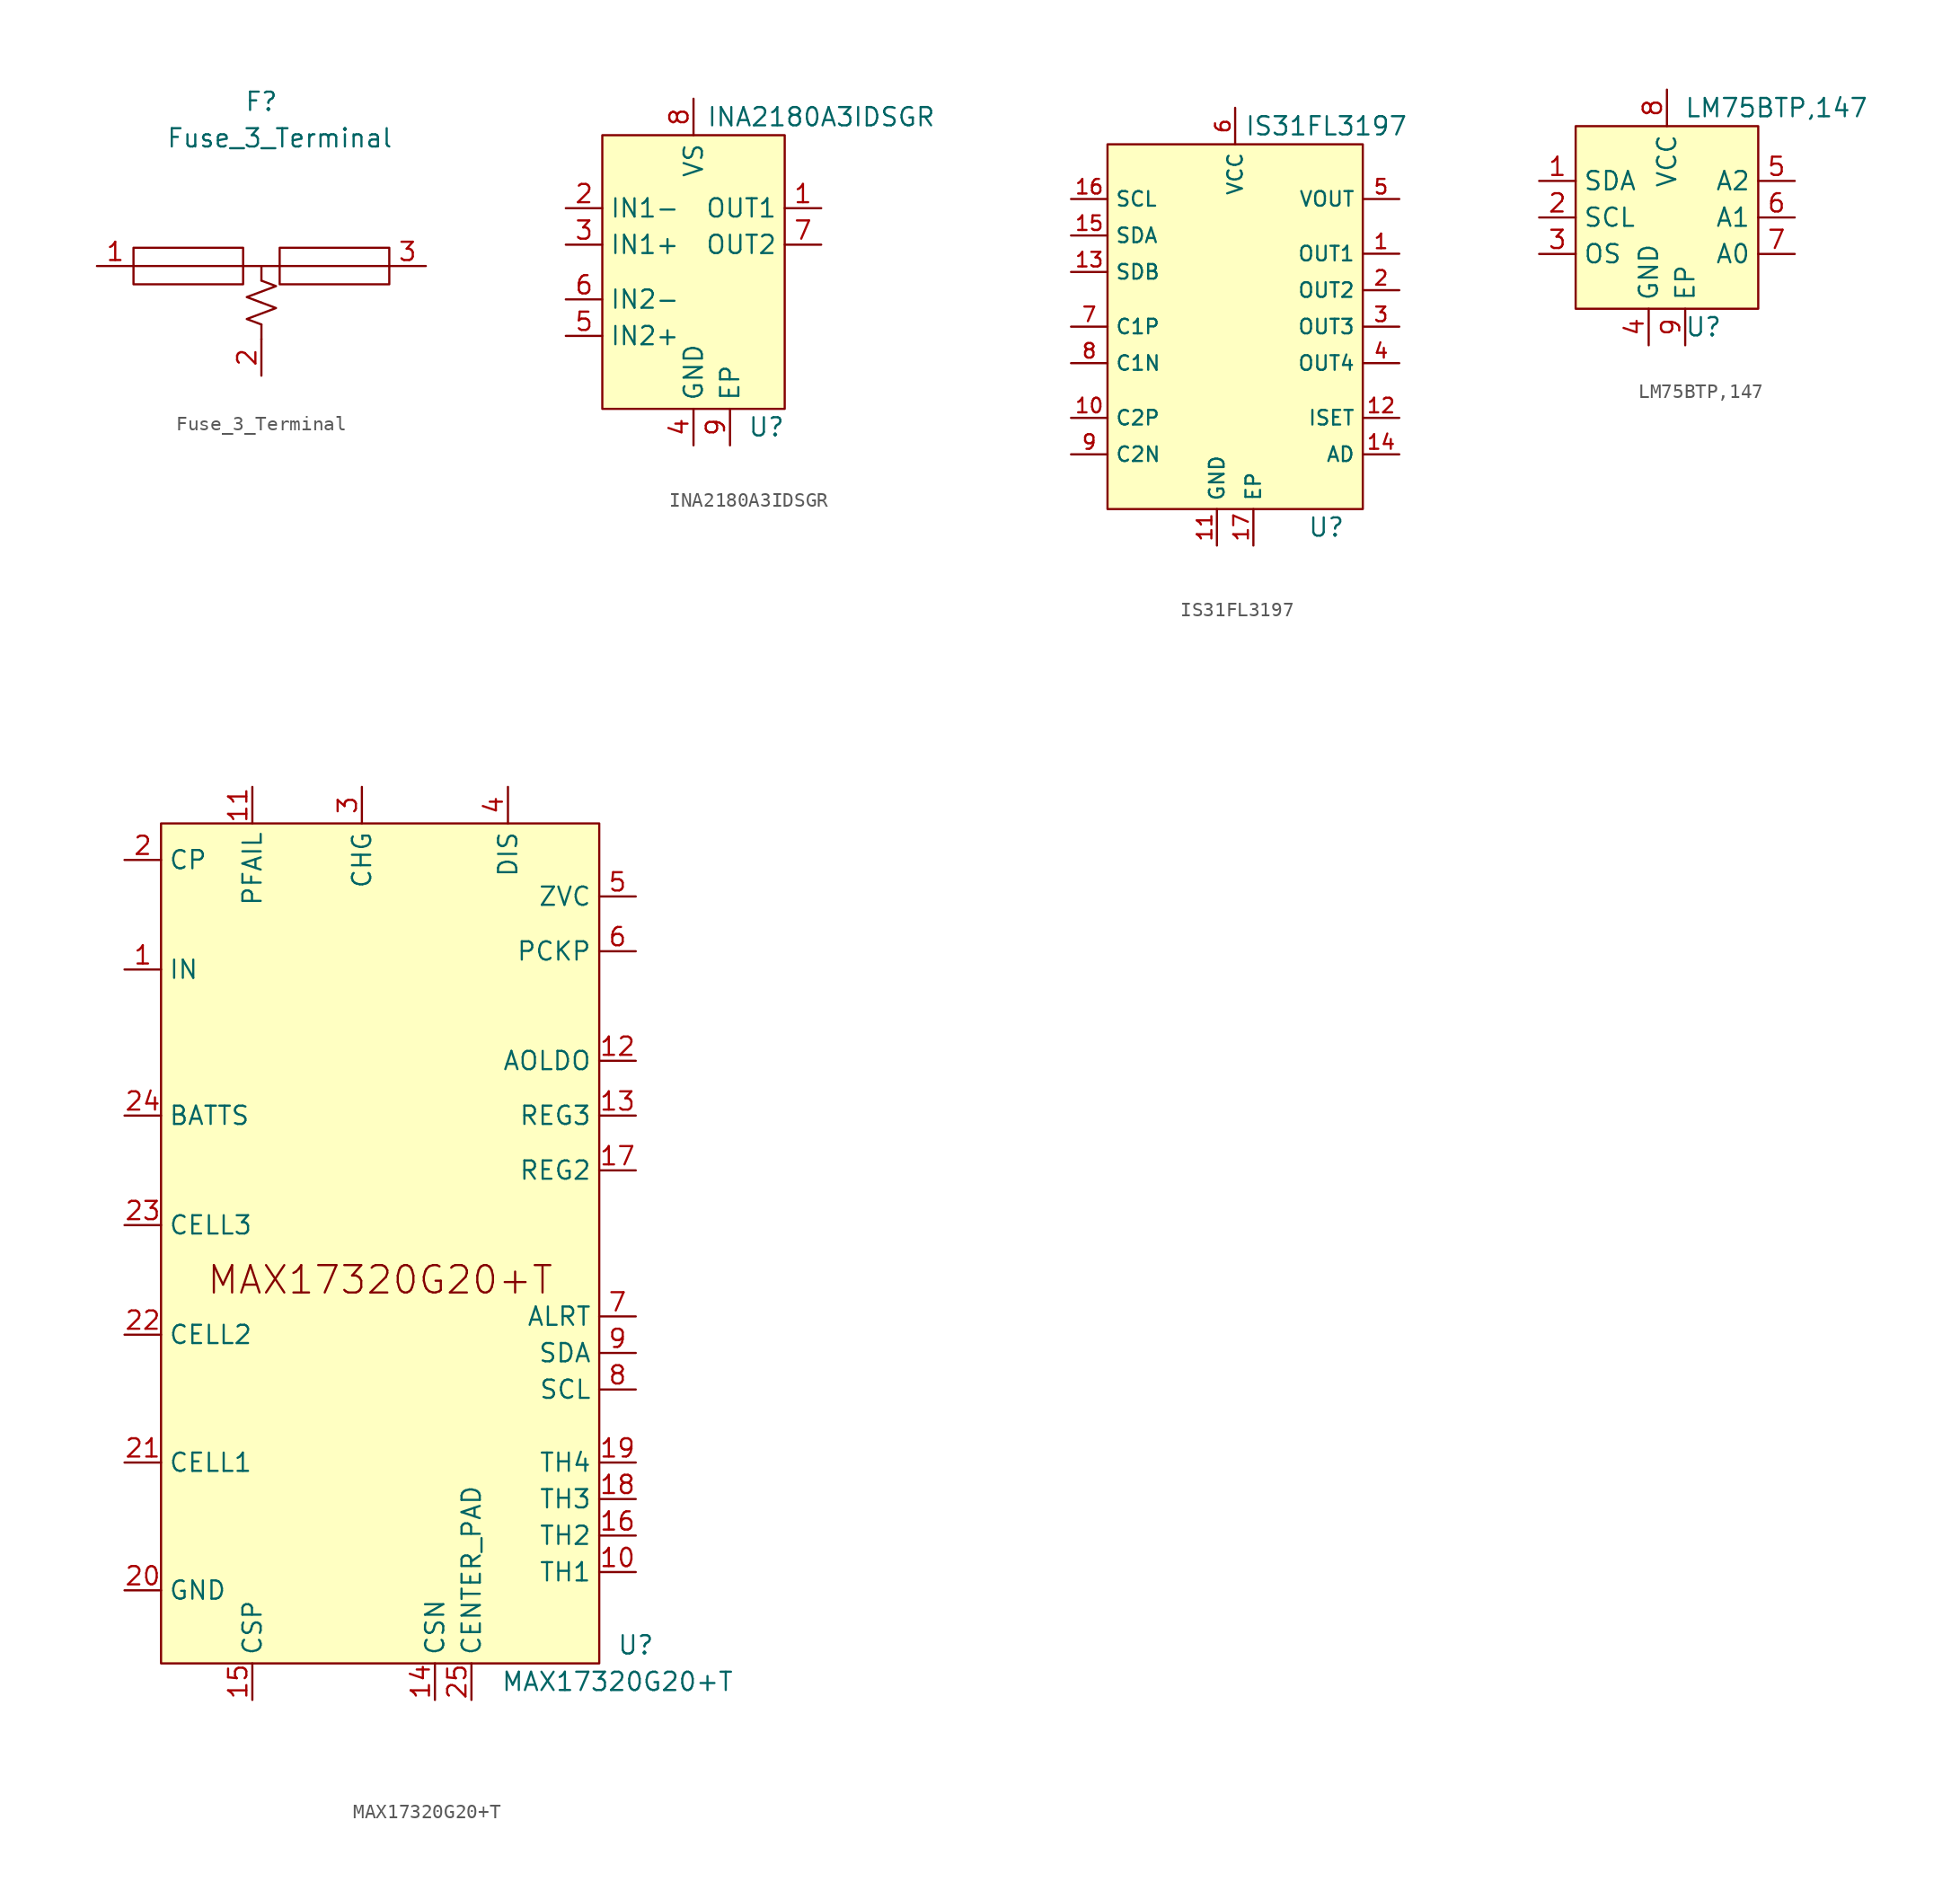
<source format=kicad_sym>
(kicad_symbol_lib
  (version 20220914)
  (generator kicad_symbol_editor)
  (symbol "Fuse_3_Terminal"
    (property "Reference" "F"
      (at 0 11.43 0)
      (effects (font (size 1.27 1.27))))
    (property "Value" "Fuse_3_Terminal"
      (at 1.27 8.89 0)
      (effects (font (size 1.27 1.27))))
    (symbol "Fuse_3_Terminal_0_0"
      (rectangle (start -8.89 1.27) (end -1.27 -1.27) (stroke (width 0) (type default)) (fill (type none)))
      (polyline (pts (xy 0.002 -1) (xy 0.002 -0.009)) (stroke (width 0) (type default)) (fill (type none)))
      (polyline (pts (xy 0.002 -4.067) (xy 0.002 -5.083)) (stroke (width 0) (type default)) (fill (type none)))
      (polyline (pts (xy -8.89 0) (xy 8.89 0) (xy 0 0) (xy 0 0)) (stroke (width 0) (type default)) (fill (type none)))
      (rectangle (start 1.27 1.27) (end 8.89 -1.27) (stroke (width 0) (type default)) (fill (type none))))
    (symbol "Fuse_3_Terminal_1_1"
      (polyline (pts (xy 0 -2.54) (xy 1.016 -2.921) (xy 0 -3.302) (xy -1.016 -3.683) (xy 0 -4.064)) (stroke (width 0) (type default)) (fill (type none)))
      (polyline (pts (xy 0 -1.016) (xy 1.016 -1.397) (xy 0 -1.778) (xy -1.016 -2.159) (xy 0 -2.54)) (stroke (width 0) (type default)) (fill (type none)))
      (pin input line (at -11.43 0 0) (length 2.54) (name "" (effects (font (size 1.27 1.27)))) (number "1" (effects (font (size 1.27 1.27)))))
      (pin input line (at 0 -7.62 90) (length 2.54) (name "" (effects (font (size 1.27 1.27)))) (number "2" (effects (font (size 1.27 1.27)))))
      (pin input line (at 11.43 0 180) (length 2.54) (name "" (effects (font (size 1.27 1.27)))) (number "3" (effects (font (size 1.27 1.27)))))))
  (symbol "INA2180A3IDSGR"
    (property "Reference" "U"
      (at 5.08 -11.43 0)
      (effects (font (size 1.27 1.27))))
    (property "Value" "INA2180A3IDSGR"
      (at 8.89 10.16 0)
      (effects (font (size 1.27 1.27))))
    (symbol "INA2180A3IDSGR_1_1"
      (rectangle (start -6.35 8.89) (end 6.35 -10.16) (stroke (width 0) (type default)) (fill (type background)))
      (pin output line (at 8.89 3.81 180) (length 2.54) (name "OUT1" (effects (font (size 1.27 1.27)))) (number "1" (effects (font (size 1.27 1.27)))))
      (pin input line (at -8.89 3.81 0) (length 2.54) (name "IN1-" (effects (font (size 1.27 1.27)))) (number "2" (effects (font (size 1.27 1.27)))))
      (pin input line (at -8.89 1.27 0) (length 2.54) (name "IN1+" (effects (font (size 1.27 1.27)))) (number "3" (effects (font (size 1.27 1.27)))))
      (pin power_in line (at 0 -12.7 90) (length 2.54) (name "GND" (effects (font (size 1.27 1.27)))) (number "4" (effects (font (size 1.27 1.27)))))
      (pin input line (at -8.89 -5.08 0) (length 2.54) (name "IN2+" (effects (font (size 1.27 1.27)))) (number "5" (effects (font (size 1.27 1.27)))))
      (pin input line (at -8.89 -2.54 0) (length 2.54) (name "IN2-" (effects (font (size 1.27 1.27)))) (number "6" (effects (font (size 1.27 1.27)))))
      (pin output line (at 8.89 1.27 180) (length 2.54) (name "OUT2" (effects (font (size 1.27 1.27)))) (number "7" (effects (font (size 1.27 1.27)))))
      (pin power_in line (at 0 11.43 270) (length 2.54) (name "VS" (effects (font (size 1.27 1.27)))) (number "8" (effects (font (size 1.27 1.27)))))
      (pin power_in line (at 2.54 -12.7 90) (length 2.54) (name "EP" (effects (font (size 1.27 1.27)))) (number "9" (effects (font (size 1.27 1.27)))))))
  (symbol "IS31FL3197"
    (property "Reference" "U"
      (at 27.94 2.54 0)
      (effects (font (size 1.27 1.27))))
    (property "Value" "IS31FL3197"
      (at 27.94 30.48 0)
      (effects (font (size 1.27 1.27))))
    (symbol "IS31FL3197_1_0"
      (pin output line (at 33.02 21.59 180) (length 2.54) (name "OUT1" (effects (font (size 1.016 1.016)))) (number "1" (effects (font (size 1.016 1.016)))))
      (pin passive line (at 10.16 10.16 0) (length 2.54) (name "C2P" (effects (font (size 1.016 1.016)))) (number "10" (effects (font (size 1.016 1.016)))))
      (pin power_in line (at 20.32 1.27 90) (length 2.54) (name "GND" (effects (font (size 1.016 1.016)))) (number "11" (effects (font (size 1.016 1.016)))))
      (pin passive line (at 33.02 10.16 180) (length 2.54) (name "ISET" (effects (font (size 1.016 1.016)))) (number "12" (effects (font (size 1.016 1.016)))))
      (pin input line (at 10.16 20.32 0) (length 2.54) (name "SDB" (effects (font (size 1.016 1.016)))) (number "13" (effects (font (size 1.016 1.016)))))
      (pin input line (at 33.02 7.62 180) (length 2.54) (name "AD" (effects (font (size 1.016 1.016)))) (number "14" (effects (font (size 1.016 1.016)))))
      (pin bidirectional line (at 10.16 22.86 0) (length 2.54) (name "SDA" (effects (font (size 1.016 1.016)))) (number "15" (effects (font (size 1.016 1.016)))))
      (pin bidirectional line (at 10.16 25.4 0) (length 2.54) (name "SCL" (effects (font (size 1.016 1.016)))) (number "16" (effects (font (size 1.016 1.016)))))
      (pin power_in line (at 22.86 1.27 90) (length 2.54) (name "EP" (effects (font (size 1.016 1.016)))) (number "17" (effects (font (size 1.016 1.016)))))
      (pin output line (at 33.02 19.05 180) (length 2.54) (name "OUT2" (effects (font (size 1.016 1.016)))) (number "2" (effects (font (size 1.016 1.016)))))
      (pin output line (at 33.02 16.51 180) (length 2.54) (name "OUT3" (effects (font (size 1.016 1.016)))) (number "3" (effects (font (size 1.016 1.016)))))
      (pin output line (at 33.02 13.97 180) (length 2.54) (name "OUT4" (effects (font (size 1.016 1.016)))) (number "4" (effects (font (size 1.016 1.016)))))
      (pin output line (at 33.02 25.4 180) (length 2.54) (name "VOUT" (effects (font (size 1.016 1.016)))) (number "5" (effects (font (size 1.016 1.016)))))
      (pin power_in line (at 21.59 31.75 270) (length 2.54) (name "VCC" (effects (font (size 1.016 1.016)))) (number "6" (effects (font (size 1.016 1.016)))))
      (pin passive line (at 10.16 16.51 0) (length 2.54) (name "C1P" (effects (font (size 1.016 1.016)))) (number "7" (effects (font (size 1.016 1.016)))))
      (pin passive line (at 10.16 13.97 0) (length 2.54) (name "C1N" (effects (font (size 1.016 1.016)))) (number "8" (effects (font (size 1.016 1.016)))))
      (pin passive line (at 10.16 7.62 0) (length 2.54) (name "C2N" (effects (font (size 1.016 1.016)))) (number "9" (effects (font (size 1.016 1.016))))))
    (symbol "IS31FL3197_1_1"
      (rectangle (start 12.7 29.21) (end 30.48 3.81) (stroke (width 0) (type default)) (fill (type background)))))
  (symbol "LM75BTP,147"
    (property "Reference" "U"
      (at 2.54 -7.62 0)
      (effects (font (size 1.27 1.27))))
    (property "Value" "LM75BTP,147"
      (at 7.62 7.62 0)
      (effects (font (size 1.27 1.27))))
    (symbol "LM75BTP,147_1_1"
      (rectangle (start -6.35 6.35) (end 6.35 -6.35) (stroke (width 0) (type default)) (fill (type background)))
      (pin bidirectional line (at -8.89 2.54 0) (length 2.54) (name "SDA" (effects (font (size 1.27 1.27)))) (number "1" (effects (font (size 1.27 1.27)))))
      (pin bidirectional line (at -8.89 0 0) (length 2.54) (name "SCL" (effects (font (size 1.27 1.27)))) (number "2" (effects (font (size 1.27 1.27)))))
      (pin output line (at -8.89 -2.54 0) (length 2.54) (name "OS" (effects (font (size 1.27 1.27)))) (number "3" (effects (font (size 1.27 1.27)))))
      (pin power_in line (at -1.27 -8.89 90) (length 2.54) (name "GND" (effects (font (size 1.27 1.27)))) (number "4" (effects (font (size 1.27 1.27)))))
      (pin input line (at 8.89 2.54 180) (length 2.54) (name "A2" (effects (font (size 1.27 1.27)))) (number "5" (effects (font (size 1.27 1.27)))))
      (pin input line (at 8.89 0 180) (length 2.54) (name "A1" (effects (font (size 1.27 1.27)))) (number "6" (effects (font (size 1.27 1.27)))))
      (pin input line (at 8.89 -2.54 180) (length 2.54) (name "A0" (effects (font (size 1.27 1.27)))) (number "7" (effects (font (size 1.27 1.27)))))
      (pin power_in line (at 0 8.89 270) (length 2.54) (name "VCC" (effects (font (size 1.27 1.27)))) (number "8" (effects (font (size 1.27 1.27)))))
      (pin power_in line (at 1.27 -8.89 90) (length 2.54) (name "EP" (effects (font (size 1.27 1.27)))) (number "9" (effects (font (size 1.27 1.27)))))))
  (symbol "MAX17320G20+T"
    (property "Reference" "U"
      (at 17.78 -33.02 0)
      (effects (font (size 1.27 1.27))))
    (property "Value" "MAX17320G20+T"
      (at 16.51 -35.56 0)
      (effects (font (size 1.27 1.27))))
    (symbol "MAX17320G20+T_0_0"
      (text "MAX17320G20+T" (at 0 -7.62 0) (effects (font (size 1.905 1.905)))))
    (symbol "MAX17320G20+T_0_1"
      (rectangle (start -15.24 24.13) (end 15.24 -34.29) (stroke (width 0) (type default)) (fill (type background))))
    (symbol "MAX17320G20+T_1_1"
      (pin input line (at -17.78 13.97 0) (length 2.54) (name "IN" (effects (font (size 1.27 1.27)))) (number "1" (effects (font (size 1.27 1.27)))))
      (pin input line (at 17.78 -27.94 180) (length 2.54) (name "TH1" (effects (font (size 1.27 1.27)))) (number "10" (effects (font (size 1.27 1.27)))))
      (pin input line (at -8.89 26.67 270) (length 2.54) (name "PFAIL" (effects (font (size 1.27 1.27)))) (number "11" (effects (font (size 1.27 1.27)))))
      (pin input line (at 17.78 7.62 180) (length 2.54) (name "AOLDO" (effects (font (size 1.27 1.27)))) (number "12" (effects (font (size 1.27 1.27)))))
      (pin input line (at 17.78 3.81 180) (length 2.54) (name "REG3" (effects (font (size 1.27 1.27)))) (number "13" (effects (font (size 1.27 1.27)))))
      (pin input line (at 3.81 -36.83 90) (length 2.54) (name "CSN" (effects (font (size 1.27 1.27)))) (number "14" (effects (font (size 1.27 1.27)))))
      (pin input line (at -8.89 -36.83 90) (length 2.54) (name "CSP" (effects (font (size 1.27 1.27)))) (number "15" (effects (font (size 1.27 1.27)))))
      (pin input line (at 17.78 -25.4 180) (length 2.54) (name "TH2" (effects (font (size 1.27 1.27)))) (number "16" (effects (font (size 1.27 1.27)))))
      (pin input line (at 17.78 0 180) (length 2.54) (name "REG2" (effects (font (size 1.27 1.27)))) (number "17" (effects (font (size 1.27 1.27)))))
      (pin input line (at 17.78 -22.86 180) (length 2.54) (name "TH3" (effects (font (size 1.27 1.27)))) (number "18" (effects (font (size 1.27 1.27)))))
      (pin input line (at 17.78 -20.32 180) (length 2.54) (name "TH4" (effects (font (size 1.27 1.27)))) (number "19" (effects (font (size 1.27 1.27)))))
      (pin input line (at -17.78 21.59 0) (length 2.54) (name "CP" (effects (font (size 1.27 1.27)))) (number "2" (effects (font (size 1.27 1.27)))))
      (pin input line (at -17.78 -29.21 0) (length 2.54) (name "GND" (effects (font (size 1.27 1.27)))) (number "20" (effects (font (size 1.27 1.27)))))
      (pin input line (at -17.78 -20.32 0) (length 2.54) (name "CELL1" (effects (font (size 1.27 1.27)))) (number "21" (effects (font (size 1.27 1.27)))))
      (pin input line (at -17.78 -11.43 0) (length 2.54) (name "CELL2" (effects (font (size 1.27 1.27)))) (number "22" (effects (font (size 1.27 1.27)))))
      (pin input line (at -17.78 -3.81 0) (length 2.54) (name "CELL3" (effects (font (size 1.27 1.27)))) (number "23" (effects (font (size 1.27 1.27)))))
      (pin input line (at -17.78 3.81 0) (length 2.54) (name "BATTS" (effects (font (size 1.27 1.27)))) (number "24" (effects (font (size 1.27 1.27)))))
      (pin input line (at 6.35 -36.83 90) (length 2.54) (name "CENTER_PAD" (effects (font (size 1.27 1.27)))) (number "25" (effects (font (size 1.27 1.27)))))
      (pin input line (at -1.27 26.67 270) (length 2.54) (name "CHG" (effects (font (size 1.27 1.27)))) (number "3" (effects (font (size 1.27 1.27)))))
      (pin input line (at 8.89 26.67 270) (length 2.54) (name "DIS" (effects (font (size 1.27 1.27)))) (number "4" (effects (font (size 1.27 1.27)))))
      (pin input line (at 17.78 19.05 180) (length 2.54) (name "ZVC" (effects (font (size 1.27 1.27)))) (number "5" (effects (font (size 1.27 1.27)))))
      (pin input line (at 17.78 15.24 180) (length 2.54) (name "PCKP" (effects (font (size 1.27 1.27)))) (number "6" (effects (font (size 1.27 1.27)))))
      (pin input line (at 17.78 -10.16 180) (length 2.54) (name "ALRT" (effects (font (size 1.27 1.27)))) (number "7" (effects (font (size 1.27 1.27)))))
      (pin input line (at 17.78 -15.24 180) (length 2.54) (name "SCL" (effects (font (size 1.27 1.27)))) (number "8" (effects (font (size 1.27 1.27)))))
      (pin input line (at 17.78 -12.7 180) (length 2.54) (name "SDA" (effects (font (size 1.27 1.27)))) (number "9" (effects (font (size 1.27 1.27))))))))
</source>
